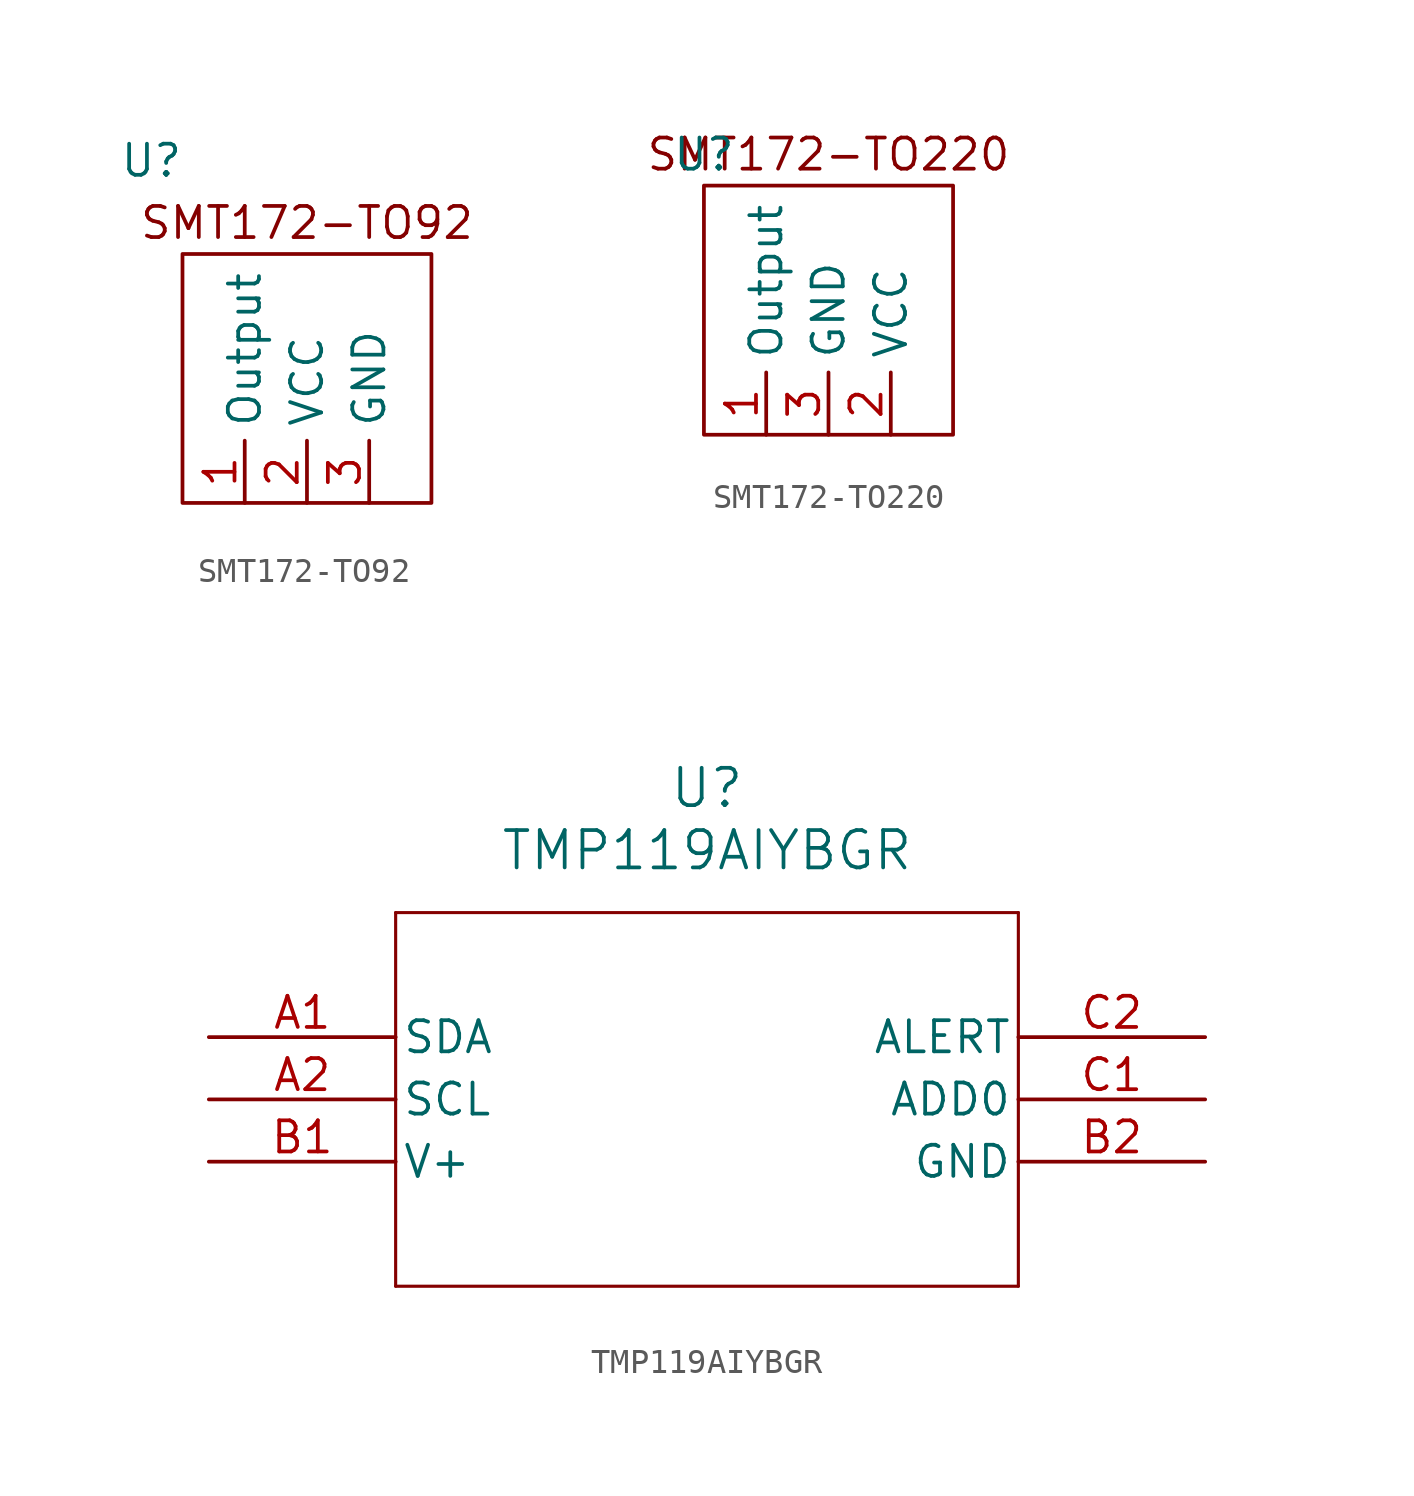
<source format=kicad_sym>
(kicad_symbol_lib
  (version 20220914)
  (generator kicad_symbol_editor)
  (symbol "SMT172-TO92"
    (property "Reference" "U"
      (at -6.35 13.97 0)
      (effects (font (size 1.27 1.27))))
    (property "Value" ""
      (at -3.81 3.81 0)
      (effects (font (size 1.27 1.27))))
    (symbol "SMT172-TO92_0_1"
      (rectangle (start -5.08 10.16) (end 5.08 0) (stroke (width 0) (type default)) (fill (type none))))
    (symbol "SMT172-TO92_1_1"
      (text "SMT172-TO92" (at 0 11.43 0) (effects (font (size 1.27 1.27))))
      (pin output line (at -2.54 0 90) (length 2.54) (name "Output" (effects (font (size 1.27 1.27)))) (number "1" (effects (font (size 1.27 1.27)))))
      (pin input line (at 0 0 90) (length 2.54) (name "VCC" (effects (font (size 1.27 1.27)))) (number "2" (effects (font (size 1.27 1.27)))))
      (pin input line (at 2.54 0 90) (length 2.54) (name "GND" (effects (font (size 1.27 1.27)))) (number "3" (effects (font (size 1.27 1.27)))))))
  (symbol "SMT172-TO220"
    (property "Reference" "U"
      (at -1.27 5.08 0)
      (effects (font (size 1.27 1.27))))
    (property "Value" ""
      (at 0 0 0)
      (effects (font (size 1.27 1.27))))
    (symbol "SMT172-TO220_0_1"
      (rectangle (start -1.27 3.81) (end 8.89 -6.35) (stroke (width 0) (type default)) (fill (type none))))
    (symbol "SMT172-TO220_1_1"
      (text "SMT172-TO220" (at 3.81 5.08 0) (effects (font (size 1.27 1.27))))
      (pin output line (at 1.27 -6.35 90) (length 2.54) (name "Output" (effects (font (size 1.27 1.27)))) (number "1" (effects (font (size 1.27 1.27)))))
      (pin input line (at 6.35 -6.35 90) (length 2.54) (name "VCC" (effects (font (size 1.27 1.27)))) (number "2" (effects (font (size 1.27 1.27)))))
      (pin input line (at 3.81 -6.35 90) (length 2.54) (name "GND" (effects (font (size 1.27 1.27)))) (number "3" (effects (font (size 1.27 1.27)))))))
  (symbol "TMP119AIYBGR"
    (pin_names
      (offset 0.254))
    (property "Reference" "U"
      (at 20.32 10.16 0)
      (effects (font (size 1.524 1.524))))
    (property "Value" "TMP119AIYBGR"
      (at 20.32 7.62 0)
      (effects (font (size 1.524 1.524))))
    (property "ki_locked" ""
      (at 0 0 0)
      (effects (font (size 1.27 1.27))))
    (symbol "TMP119AIYBGR_0_1"
      (polyline (pts (xy 7.62 -10.16) (xy 33.02 -10.16)) (stroke (width 0.127) (type default)) (fill (type none)))
      (polyline (pts (xy 7.62 5.08) (xy 7.62 -10.16)) (stroke (width 0.127) (type default)) (fill (type none)))
      (polyline (pts (xy 33.02 -10.16) (xy 33.02 5.08)) (stroke (width 0.127) (type default)) (fill (type none)))
      (polyline (pts (xy 33.02 5.08) (xy 7.62 5.08)) (stroke (width 0.127) (type default)) (fill (type none)))
      (pin bidirectional line (at 0 0 0) (length 7.62) (name "SDA" (effects (font (size 1.27 1.27)))) (number "A1" (effects (font (size 1.27 1.27)))))
      (pin input line (at 0 -2.54 0) (length 7.62) (name "SCL" (effects (font (size 1.27 1.27)))) (number "A2" (effects (font (size 1.27 1.27)))))
      (pin input line (at 0 -5.08 0) (length 7.62) (name "V+" (effects (font (size 1.27 1.27)))) (number "B1" (effects (font (size 1.27 1.27)))))
      (pin power_out line (at 40.64 -5.08 180) (length 7.62) (name "GND" (effects (font (size 1.27 1.27)))) (number "B2" (effects (font (size 1.27 1.27)))))
      (pin input line (at 40.64 -2.54 180) (length 7.62) (name "ADD0" (effects (font (size 1.27 1.27)))) (number "C1" (effects (font (size 1.27 1.27)))))
      (pin output line (at 40.64 0 180) (length 7.62) (name "ALERT" (effects (font (size 1.27 1.27)))) (number "C2" (effects (font (size 1.27 1.27))))))))
</source>
